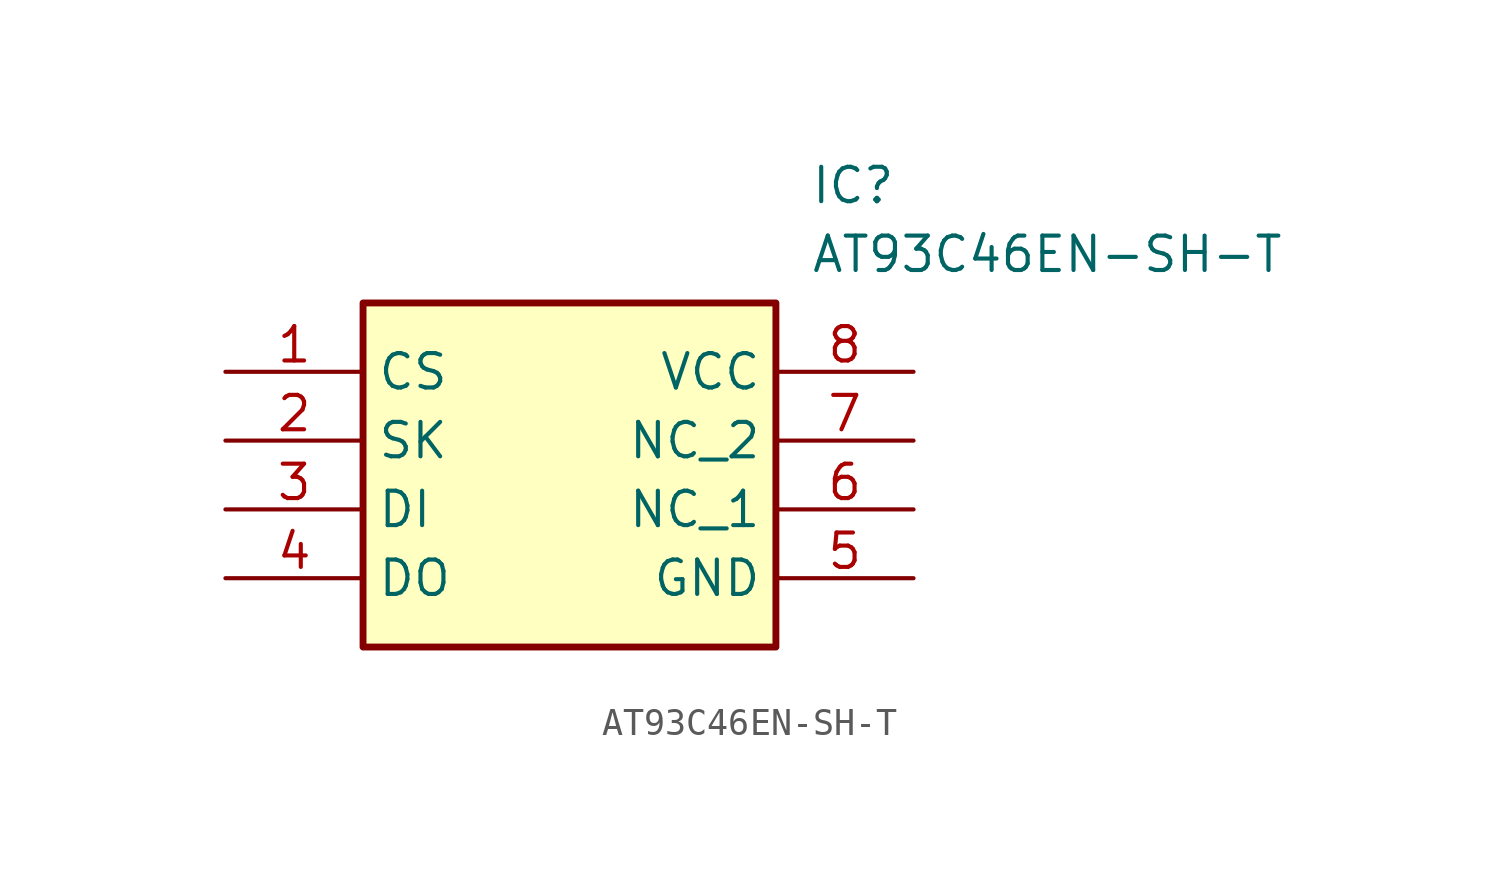
<source format=kicad_sym>
(kicad_symbol_lib
  (version 20211014)
  (generator SamacSys_ECAD_Model)
  (symbol "AT93C46EN-SH-T"
    (property "Reference" "IC"
      (at 21.59 7.62 0)
      (effects (font (size 1.27 1.27)) (justify left top)))
    (property "Value" "AT93C46EN-SH-T"
      (at 21.59 5.08 0)
      (effects (font (size 1.27 1.27)) (justify left top)))
    (rectangle
      (start 5.08 2.54)
      (end 20.32 -10.16)
      (stroke (width 0.254) (type default))
      (fill (type background)))
    (pin passive line
      (at 0 0 0)
      (length 5.08)
      (name "CS" (effects (font (size 1.27 1.27))))
      (number "1" (effects (font (size 1.27 1.27)))))
    (pin passive line
      (at 0 -2.54 0)
      (length 5.08)
      (name "SK" (effects (font (size 1.27 1.27))))
      (number "2" (effects (font (size 1.27 1.27)))))
    (pin passive line
      (at 0 -5.08 0)
      (length 5.08)
      (name "DI" (effects (font (size 1.27 1.27))))
      (number "3" (effects (font (size 1.27 1.27)))))
    (pin passive line
      (at 0 -7.62 0)
      (length 5.08)
      (name "DO" (effects (font (size 1.27 1.27))))
      (number "4" (effects (font (size 1.27 1.27)))))
    (pin passive line
      (at 25.4 0 180)
      (length 5.08)
      (name "VCC" (effects (font (size 1.27 1.27))))
      (number "8" (effects (font (size 1.27 1.27)))))
    (pin passive line
      (at 25.4 -2.54 180)
      (length 5.08)
      (name "NC_2" (effects (font (size 1.27 1.27))))
      (number "7" (effects (font (size 1.27 1.27)))))
    (pin passive line
      (at 25.4 -5.08 180)
      (length 5.08)
      (name "NC_1" (effects (font (size 1.27 1.27))))
      (number "6" (effects (font (size 1.27 1.27)))))
    (pin passive line
      (at 25.4 -7.62 180)
      (length 5.08)
      (name "GND" (effects (font (size 1.27 1.27))))
      (number "5" (effects (font (size 1.27 1.27)))))))
</source>
